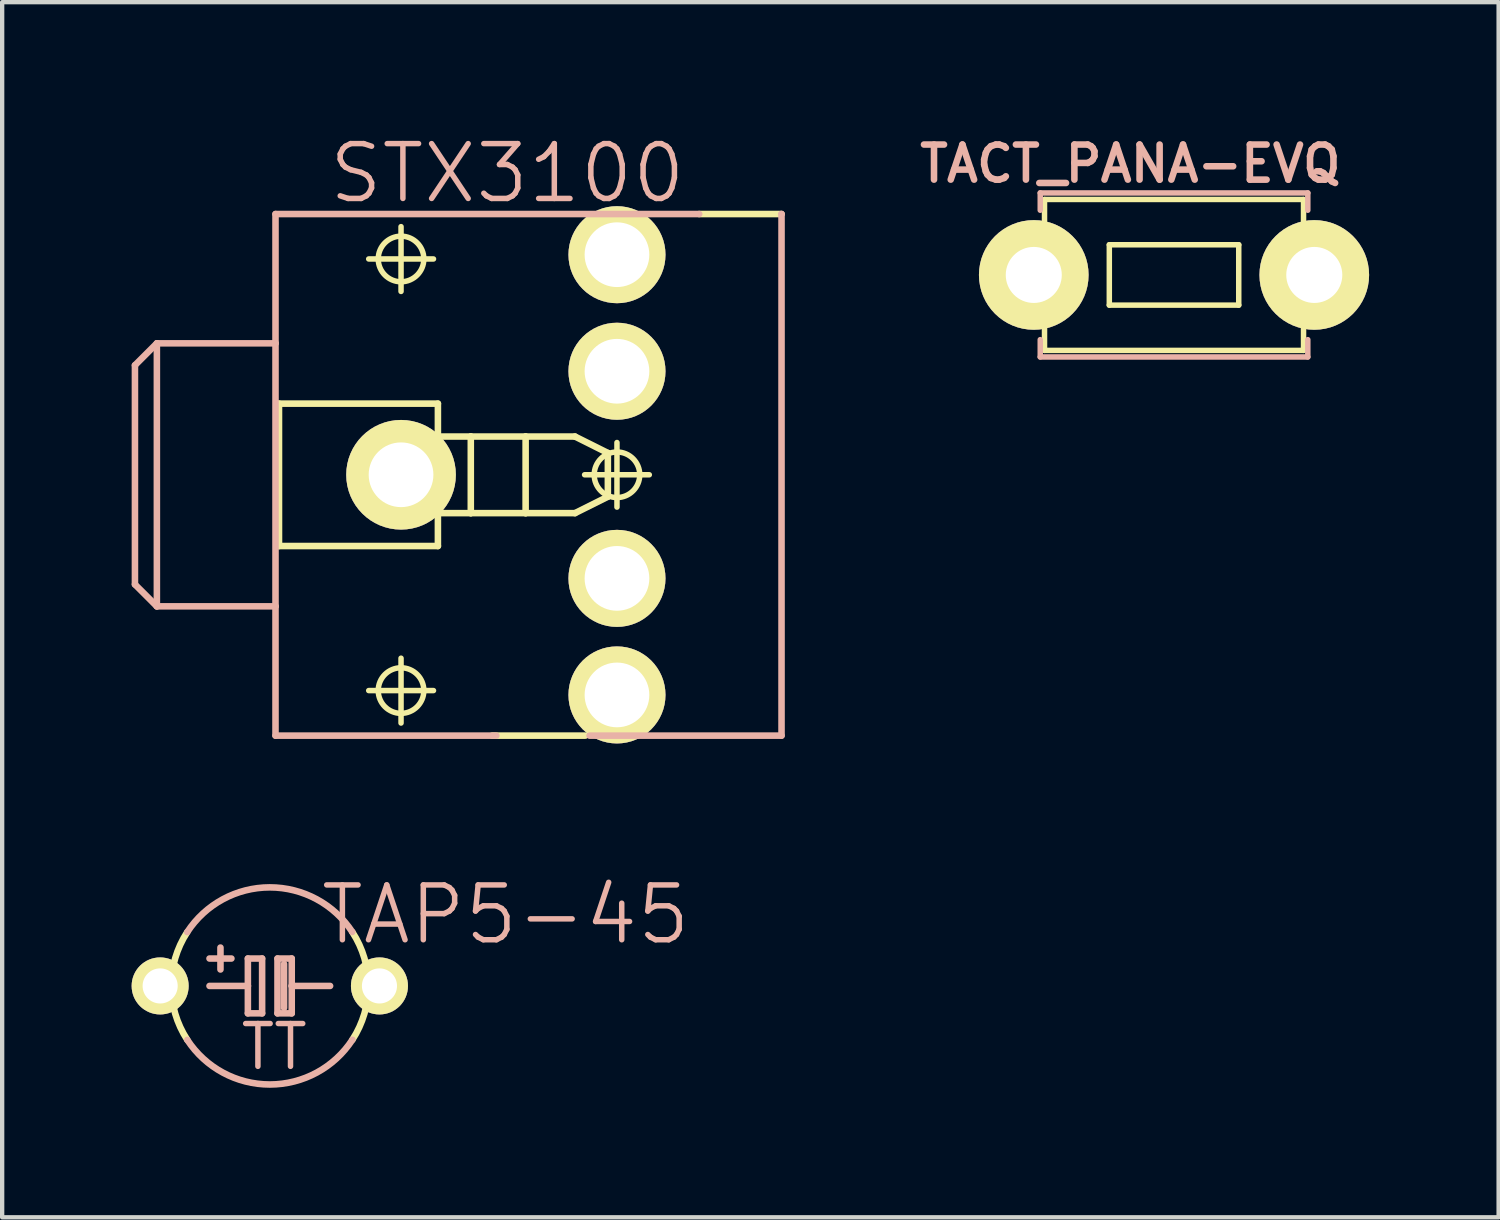
<source format=kicad_pcb>
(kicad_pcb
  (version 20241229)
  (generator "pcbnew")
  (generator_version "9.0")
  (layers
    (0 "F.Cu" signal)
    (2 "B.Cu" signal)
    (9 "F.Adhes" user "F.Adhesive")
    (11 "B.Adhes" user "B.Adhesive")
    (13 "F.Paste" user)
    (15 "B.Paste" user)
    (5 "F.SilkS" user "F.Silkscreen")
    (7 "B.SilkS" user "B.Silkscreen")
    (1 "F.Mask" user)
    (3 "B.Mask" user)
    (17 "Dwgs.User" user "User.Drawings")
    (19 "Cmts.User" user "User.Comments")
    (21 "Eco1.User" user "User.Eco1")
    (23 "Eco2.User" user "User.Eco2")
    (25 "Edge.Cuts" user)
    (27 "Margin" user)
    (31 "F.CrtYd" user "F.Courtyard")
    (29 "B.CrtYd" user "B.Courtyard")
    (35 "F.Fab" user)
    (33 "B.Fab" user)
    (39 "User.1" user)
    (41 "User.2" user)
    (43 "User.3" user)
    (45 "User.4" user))
  (footprint "STX3100"
    (layer "F.Cu")
    (at 3.543 7.849)
    (property "Reference" "STX3100" (at 5.159 -6.883 0) (layer "B.SilkS") (effects (font (size 1.27 1.27) (thickness 0.127))))
    (attr exclude_from_pos_files exclude_from_bom)
    (fp_line (start -0.13 1.75) (end -0.13 -1.549) (stroke (width 0.152) (type solid)) (layer "F.SilkS"))
    (fp_line (start -0.13 1.75) (end 3.551 1.75) (stroke (width 0.152) (type solid)) (layer "F.SilkS"))
    (fp_line (start 1.948 -4.9) (end 3.449 -4.9) (stroke (width 0.127) (type solid)) (layer "F.SilkS"))
    (fp_line (start 1.948 5.098) (end 3.449 5.098) (stroke (width 0.127) (type solid)) (layer "F.SilkS"))
    (fp_line (start 2.697 -4.148) (end 2.697 -5.649) (stroke (width 0.127) (type solid)) (layer "F.SilkS"))
    (fp_line (start 2.697 5.85) (end 2.697 4.348) (stroke (width 0.127) (type solid)) (layer "F.SilkS"))
    (fp_line (start 3.551 -1.549) (end -0.13 -1.549) (stroke (width 0.152) (type solid)) (layer "F.SilkS"))
    (fp_line (start 3.551 -1.549) (end 3.551 -0.787) (stroke (width 0.152) (type solid)) (layer "F.SilkS"))
    (fp_line (start 3.551 -0.787) (end 3.551 0.988) (stroke (width 0.152) (type solid)) (layer "F.SilkS"))
    (fp_line (start 3.551 -0.787) (end 4.313 -0.787) (stroke (width 0.152) (type solid)) (layer "F.SilkS"))
    (fp_line (start 3.551 0.988) (end 3.551 1.75) (stroke (width 0.152) (type solid)) (layer "F.SilkS"))
    (fp_line (start 4.313 -0.787) (end 4.313 0.988) (stroke (width 0.152) (type solid)) (layer "F.SilkS"))
    (fp_line (start 4.313 -0.787) (end 5.583 -0.787) (stroke (width 0.152) (type solid)) (layer "F.SilkS"))
    (fp_line (start 4.313 0.988) (end 3.551 0.988) (stroke (width 0.152) (type solid)) (layer "F.SilkS"))
    (fp_line (start 4.806 6.142) (end 6.965 6.142) (stroke (width 0.152) (type solid)) (layer "F.SilkS"))
    (fp_line (start 5.583 -0.787) (end 5.583 0.988) (stroke (width 0.152) (type solid)) (layer "F.SilkS"))
    (fp_line (start 5.583 -0.787) (end 6.726 -0.787) (stroke (width 0.152) (type solid)) (layer "F.SilkS"))
    (fp_line (start 5.583 0.988) (end 4.313 0.988) (stroke (width 0.152) (type solid)) (layer "F.SilkS"))
    (fp_line (start 6.726 0.988) (end 5.583 0.988) (stroke (width 0.152) (type solid)) (layer "F.SilkS"))
    (fp_line (start 6.726 0.988) (end 7.488 0.607) (stroke (width 0.152) (type solid)) (layer "F.SilkS"))
    (fp_line (start 6.949 0.099) (end 8.448 0.099) (stroke (width 0.127) (type solid)) (layer "F.SilkS"))
    (fp_line (start 7.488 -0.406) (end 6.726 -0.787) (stroke (width 0.152) (type solid)) (layer "F.SilkS"))
    (fp_line (start 7.488 -0.406) (end 7.488 0.607) (stroke (width 0.152) (type solid)) (layer "F.SilkS"))
    (fp_line (start 7.699 0.848) (end 7.699 -0.648) (stroke (width 0.127) (type solid)) (layer "F.SilkS"))
    (fp_line (start 11.509 -5.941) (end 9.604 -5.941) (stroke (width 0.152) (type solid)) (layer "F.SilkS"))
    (fp_circle (center 2.697 -4.9) (end 3.071 -5.273) (stroke (width 0.127) (type solid)) (fill no) (layer "F.SilkS"))
    (fp_circle (center 2.697 5.098) (end 3.071 5.471) (stroke (width 0.127) (type solid)) (fill no) (layer "F.SilkS"))
    (fp_circle (center 7.699 0.099) (end 8.072 0.472) (stroke (width 0.127) (type solid)) (fill no) (layer "F.SilkS"))
    (fp_line (start -3.467 2.639) (end -3.467 -2.438) (stroke (width 0.152) (type solid)) (layer "B.SilkS"))
    (fp_line (start -2.959 -2.946) (end -3.467 -2.438) (stroke (width 0.152) (type solid)) (layer "B.SilkS"))
    (fp_line (start -2.959 3.147) (end -3.467 2.639) (stroke (width 0.152) (type solid)) (layer "B.SilkS"))
    (fp_line (start -2.959 3.147) (end -2.959 -2.946) (stroke (width 0.152) (type solid)) (layer "B.SilkS"))
    (fp_line (start -2.959 3.147) (end -0.211 3.147) (stroke (width 0.152) (type solid)) (layer "B.SilkS"))
    (fp_line (start -0.211 -2.946) (end -2.959 -2.946) (stroke (width 0.152) (type solid)) (layer "B.SilkS"))
    (fp_line (start -0.211 -2.946) (end -0.211 -5.941) (stroke (width 0.152) (type solid)) (layer "B.SilkS"))
    (fp_line (start -0.211 3.147) (end -0.211 -2.946) (stroke (width 0.152) (type solid)) (layer "B.SilkS"))
    (fp_line (start -0.211 6.142) (end -0.211 3.147) (stroke (width 0.152) (type solid)) (layer "B.SilkS"))
    (fp_line (start -0.211 6.142) (end 4.905 6.142) (stroke (width 0.152) (type solid)) (layer "B.SilkS"))
    (fp_line (start 7.064 6.142) (end 11.511 6.142) (stroke (width 0.152) (type solid)) (layer "B.SilkS"))
    (fp_line (start 9.604 -5.941) (end -0.211 -5.941) (stroke (width 0.152) (type solid)) (layer "B.SilkS"))
    (fp_line (start 11.511 -5.941) (end 11.509 -5.941) (stroke (width 0.152) (type solid)) (layer "B.SilkS"))
    (fp_line (start 11.511 -5.941) (end 11.511 6.142) (stroke (width 0.152) (type solid)) (layer "B.SilkS"))
    (pad "1" thru_hole circle (at 2.697 0.099) (size 2.54 2.54) (drill 1.499) (layers "*.Cu" "F.Mask" "F.SilkS" "F.Paste"))
    (pad "2" thru_hole circle (at 7.699 -4.999) (size 2.248 2.248) (drill 1.499) (layers "*.Cu" "F.Mask" "F.SilkS" "F.Paste"))
    (pad "3" thru_hole circle (at 7.699 -2.299) (size 2.248 2.248) (drill 1.499) (layers "*.Cu" "F.Mask" "F.SilkS" "F.Paste"))
    (pad "4" thru_hole circle (at 7.699 2.499) (size 2.248 2.248) (drill 1.499) (layers "*.Cu" "F.Mask" "F.SilkS" "F.Paste"))
    (pad "5" thru_hole circle (at 7.699 5.199) (size 2.248 2.248) (drill 1.499) (layers "*.Cu" "F.Mask" "F.SilkS" "F.Paste")))
  (footprint "TACT_PANA-EVQ"
    (layer "F.Cu")
    (at 24.146 3.319)
    (property "Reference" "TACT_PANA-EVQ" (at -1.011 -2.576 0) (layer "B.SilkS") (effects (font (size 0.813 0.813) (thickness 0.152))))
    (attr exclude_from_pos_files exclude_from_bom)
    (fp_line (start -3.95 -0.498) (end -3 -0.498) (stroke (width 0.127) (type solid)) (layer "F.SilkS"))
    (fp_line (start -3.95 0) (end -3.95 -0.498) (stroke (width 0.127) (type solid)) (layer "F.SilkS"))
    (fp_line (start -3.95 0.498) (end -3.95 0) (stroke (width 0.127) (type solid)) (layer "F.SilkS"))
    (fp_line (start -3 -1.748) (end 3 -1.748) (stroke (width 0.127) (type solid)) (layer "F.SilkS"))
    (fp_line (start -3 -0.498) (end -3 -1.748) (stroke (width 0.127) (type solid)) (layer "F.SilkS"))
    (fp_line (start -3 -0.498) (end -3 0.498) (stroke (width 0.127) (type solid)) (layer "F.SilkS"))
    (fp_line (start -3 0.498) (end -3.95 0.498) (stroke (width 0.127) (type solid)) (layer "F.SilkS"))
    (fp_line (start -3 0.498) (end -3 -0.498) (stroke (width 0.127) (type solid)) (layer "F.SilkS"))
    (fp_line (start -3 1.748) (end -3 0.498) (stroke (width 0.127) (type solid)) (layer "F.SilkS"))
    (fp_line (start -1.499 -0.699) (end 1.499 -0.699) (stroke (width 0.127) (type solid)) (layer "F.SilkS"))
    (fp_line (start -1.499 0.699) (end -1.499 -0.699) (stroke (width 0.127) (type solid)) (layer "F.SilkS"))
    (fp_line (start 1.499 -0.699) (end 1.499 0.699) (stroke (width 0.127) (type solid)) (layer "F.SilkS"))
    (fp_line (start 1.499 0.699) (end -1.499 0.699) (stroke (width 0.127) (type solid)) (layer "F.SilkS"))
    (fp_line (start 3 -1.748) (end 3 -0.498) (stroke (width 0.127) (type solid)) (layer "F.SilkS"))
    (fp_line (start 3 -0.498) (end 3 0.498) (stroke (width 0.127) (type solid)) (layer "F.SilkS"))
    (fp_line (start 3 -0.498) (end 3 0.498) (stroke (width 0.127) (type solid)) (layer "F.SilkS"))
    (fp_line (start 3 0.498) (end 3 1.748) (stroke (width 0.127) (type solid)) (layer "F.SilkS"))
    (fp_line (start 3 0.498) (end 3.95 0.498) (stroke (width 0.127) (type solid)) (layer "F.SilkS"))
    (fp_line (start 3 1.748) (end -3 1.748) (stroke (width 0.127) (type solid)) (layer "F.SilkS"))
    (fp_line (start 3.95 -0.498) (end 3 -0.498) (stroke (width 0.127) (type solid)) (layer "F.SilkS"))
    (fp_line (start 3.95 -0.498) (end 3 -0.498) (stroke (width 0.127) (type solid)) (layer "F.SilkS"))
    (fp_line (start 3.95 0.498) (end 3.95 -0.498) (stroke (width 0.127) (type solid)) (layer "F.SilkS"))
    (fp_line (start -3.099 -1.9) (end 3.099 -1.9) (stroke (width 0.127) (type solid)) (layer "B.SilkS"))
    (fp_line (start -3.099 -1.499) (end -3.099 -1.9) (stroke (width 0.127) (type solid)) (layer "B.SilkS"))
    (fp_line (start -3.099 1.499) (end -3.099 1.9) (stroke (width 0.127) (type solid)) (layer "B.SilkS"))
    (fp_line (start -3.099 1.9) (end 3.099 1.9) (stroke (width 0.127) (type solid)) (layer "B.SilkS"))
    (fp_line (start 3.099 -1.9) (end 3.099 -1.499) (stroke (width 0.127) (type solid)) (layer "B.SilkS"))
    (fp_line (start 3.099 1.9) (end 3.099 1.499) (stroke (width 0.127) (type solid)) (layer "B.SilkS"))
    (pad "P$1" thru_hole circle (at -3.249 0) (size 2.54 2.54) (drill 1.298) (layers "*.Cu" "F.Mask" "F.SilkS" "F.Paste"))
    (pad "P$2" thru_hole circle (at 3.249 0) (size 2.54 2.54) (drill 1.298) (layers "*.Cu" "F.Mask" "F.SilkS" "F.Paste")))
  (footprint "TAP5-45"
    (layer "F.Cu")
    (at 3.2 19.789)
    (property "Reference" "TAP5-45" (at 5.461 -1.651 0) (layer "B.SilkS") (effects (font (size 1.27 1.27) (thickness 0.127))))
    (attr exclude_from_pos_files exclude_from_bom)
    (fp_arc (start -1.91262 1.24714) (mid -2.283303 0.000267) (end -1.912912 -1.246693) (stroke (width 0.1524) (type solid)) (layer "F.SilkS"))
    (fp_arc (start 1.91262 -1.24714) (mid 2.283303 -0.000267) (end 1.912912 1.246693) (stroke (width 0.1524) (type solid)) (layer "F.SilkS"))
    (fp_line (start -1.397 0) (end -0.508 0) (stroke (width 0.152) (type solid)) (layer "B.SilkS"))
    (fp_line (start -1.143 -0.381) (end -1.143 -0.889) (stroke (width 0.152) (type solid)) (layer "B.SilkS"))
    (fp_line (start -0.889 -0.635) (end -1.397 -0.635) (stroke (width 0.152) (type solid)) (layer "B.SilkS"))
    (fp_line (start -0.508 -0.635) (end -0.508 0) (stroke (width 0.152) (type solid)) (layer "B.SilkS"))
    (fp_line (start -0.508 0) (end -0.508 0.635) (stroke (width 0.152) (type solid)) (layer "B.SilkS"))
    (fp_line (start -0.508 0.635) (end -0.178 0.635) (stroke (width 0.152) (type solid)) (layer "B.SilkS"))
    (fp_line (start -0.178 -0.635) (end -0.508 -0.635) (stroke (width 0.152) (type solid)) (layer "B.SilkS"))
    (fp_line (start -0.178 0.635) (end -0.178 -0.635) (stroke (width 0.152) (type solid)) (layer "B.SilkS"))
    (fp_line (start 0.178 -0.635) (end 0.178 0.635) (stroke (width 0.152) (type solid)) (layer "B.SilkS"))
    (fp_line (start 0.178 0.635) (end 0.508 0.635) (stroke (width 0.152) (type solid)) (layer "B.SilkS"))
    (fp_line (start 0.33 0.508) (end 0.33 -0.508) (stroke (width 0.152) (type solid)) (layer "B.SilkS"))
    (fp_line (start 0.508 -0.635) (end 0.178 -0.635) (stroke (width 0.152) (type solid)) (layer "B.SilkS"))
    (fp_line (start 0.508 0) (end 0.508 -0.635) (stroke (width 0.152) (type solid)) (layer "B.SilkS"))
    (fp_line (start 0.508 0) (end 1.397 0) (stroke (width 0.152) (type solid)) (layer "B.SilkS"))
    (fp_line (start 0.508 0.635) (end 0.508 0) (stroke (width 0.152) (type solid)) (layer "B.SilkS"))
    (fp_arc (start -1.91262 -1.24714) (mid -0.001725 -2.283303) (end 1.910733 -1.250029) (stroke (width 0.1524) (type solid)) (layer "B.SilkS"))
    (fp_arc (start 1.91262 1.24714) (mid 0.001725 2.283303) (end -1.910733 1.250029) (stroke (width 0.1524) (type solid)) (layer "B.SilkS"))
    (fp_text user "TT" (at 0.102 1.41 0) (layer "B.SilkS") (effects (font (size 0.991 0.991) (thickness 0.127))))
    (pad "+" thru_hole circle (at -2.54 0) (size 1.321 1.321) (drill 0.813) (layers "*.Cu" "F.Mask" "F.SilkS" "F.Paste"))
    (pad "-" thru_hole circle (at 2.54 0) (size 1.321 1.321) (drill 0.813) (layers "*.Cu" "F.Mask" "F.SilkS" "F.Paste")))
  (gr_rect
    (start -3 -3)
    (end 31.665 25.149)
    (stroke (width 0.1) (type default))
    (fill no)
    (layer "Edge.Cuts")))
</source>
